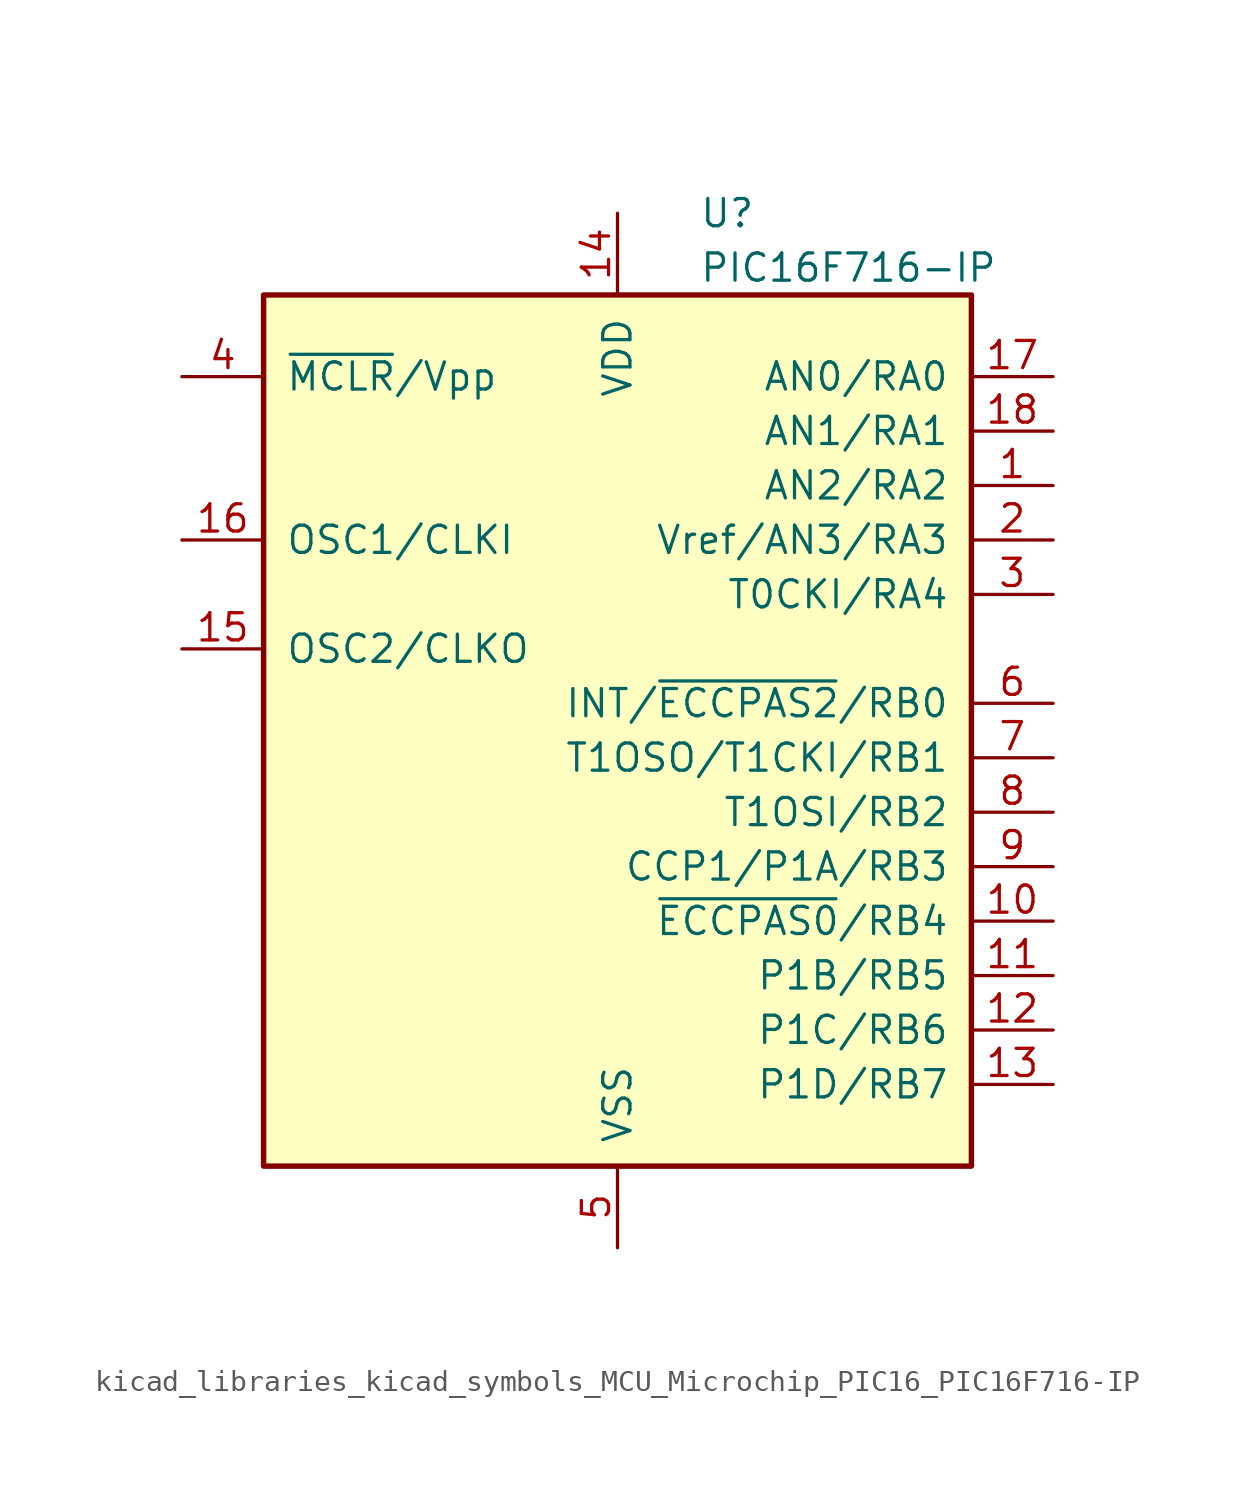
<source format=kicad_sym>
(kicad_symbol_lib
  (version 20220914)
  (generator kicad_symbol_editor)
  (symbol "kicad_libraries_kicad_symbols_MCU_Microchip_PIC16_PIC16F716-IP"
    (pin_names
      (offset 1.016))
    (property "Reference" "U"
      (at 3.81 22.86 0)
      (effects (font (size 1.27 1.27)) (justify left)))
    (property "Value" "PIC16F716-IP"
      (at 3.81 20.32 0)
      (effects (font (size 1.27 1.27)) (justify left)))
    (symbol "kicad_libraries_kicad_symbols_MCU_Microchip_PIC16_PIC16F716-IP_0_1"
      (rectangle (start -16.51 19.05) (end 16.51 -21.59) (stroke (width 0.254) (type default)) (fill (type background))))
    (symbol "kicad_libraries_kicad_symbols_MCU_Microchip_PIC16_PIC16F716-IP_1_1"
      (pin bidirectional line (at 20.32 10.16 180) (length 3.81) (name "AN2/RA2" (effects (font (size 1.27 1.27)))) (number "1" (effects (font (size 1.27 1.27)))))
      (pin bidirectional line (at 20.32 -10.16 180) (length 3.81) (name "~{ECCPAS0}/RB4" (effects (font (size 1.27 1.27)))) (number "10" (effects (font (size 1.27 1.27)))))
      (pin bidirectional line (at 20.32 -12.7 180) (length 3.81) (name "P1B/RB5" (effects (font (size 1.27 1.27)))) (number "11" (effects (font (size 1.27 1.27)))))
      (pin bidirectional line (at 20.32 -15.24 180) (length 3.81) (name "P1C/RB6" (effects (font (size 1.27 1.27)))) (number "12" (effects (font (size 1.27 1.27)))))
      (pin bidirectional line (at 20.32 -17.78 180) (length 3.81) (name "P1D/RB7" (effects (font (size 1.27 1.27)))) (number "13" (effects (font (size 1.27 1.27)))))
      (pin power_in line (at 0 22.86 270) (length 3.81) (name "VDD" (effects (font (size 1.27 1.27)))) (number "14" (effects (font (size 1.27 1.27)))))
      (pin output line (at -20.32 2.54 0) (length 3.81) (name "OSC2/CLKO" (effects (font (size 1.27 1.27)))) (number "15" (effects (font (size 1.27 1.27)))))
      (pin input line (at -20.32 7.62 0) (length 3.81) (name "OSC1/CLKI" (effects (font (size 1.27 1.27)))) (number "16" (effects (font (size 1.27 1.27)))))
      (pin bidirectional line (at 20.32 15.24 180) (length 3.81) (name "AN0/RA0" (effects (font (size 1.27 1.27)))) (number "17" (effects (font (size 1.27 1.27)))))
      (pin bidirectional line (at 20.32 12.7 180) (length 3.81) (name "AN1/RA1" (effects (font (size 1.27 1.27)))) (number "18" (effects (font (size 1.27 1.27)))))
      (pin bidirectional line (at 20.32 7.62 180) (length 3.81) (name "Vref/AN3/RA3" (effects (font (size 1.27 1.27)))) (number "2" (effects (font (size 1.27 1.27)))))
      (pin output line (at 20.32 5.08 180) (length 3.81) (name "T0CKI/RA4" (effects (font (size 1.27 1.27)))) (number "3" (effects (font (size 1.27 1.27)))))
      (pin input line (at -20.32 15.24 0) (length 3.81) (name "~{MCLR}/Vpp" (effects (font (size 1.27 1.27)))) (number "4" (effects (font (size 1.27 1.27)))))
      (pin power_in line (at 0 -25.4 90) (length 3.81) (name "VSS" (effects (font (size 1.27 1.27)))) (number "5" (effects (font (size 1.27 1.27)))))
      (pin bidirectional line (at 20.32 0 180) (length 3.81) (name "INT/~{ECCPAS2}/RB0" (effects (font (size 1.27 1.27)))) (number "6" (effects (font (size 1.27 1.27)))))
      (pin bidirectional line (at 20.32 -2.54 180) (length 3.81) (name "T1OSO/T1CKI/RB1" (effects (font (size 1.27 1.27)))) (number "7" (effects (font (size 1.27 1.27)))))
      (pin bidirectional line (at 20.32 -5.08 180) (length 3.81) (name "T1OSI/RB2" (effects (font (size 1.27 1.27)))) (number "8" (effects (font (size 1.27 1.27)))))
      (pin bidirectional line (at 20.32 -7.62 180) (length 3.81) (name "CCP1/P1A/RB3" (effects (font (size 1.27 1.27)))) (number "9" (effects (font (size 1.27 1.27))))))))
</source>
